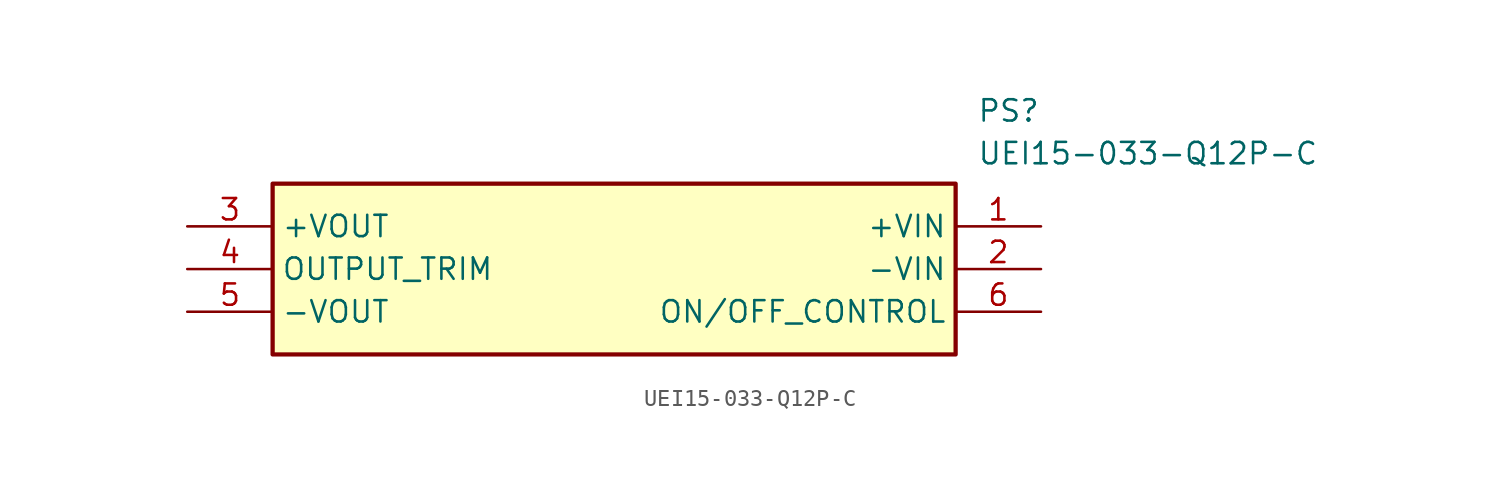
<source format=kicad_sym>
(kicad_symbol_lib
  (version 20220914)
  (generator kicad_symbol_editor)
  (symbol "UEI15-033-Q12P-C"
    (property "Reference" "PS"
      (at 46.99 7.62 0)
      (effects (font (size 1.27 1.27)) (justify left top)))
    (property "Value" "UEI15-033-Q12P-C"
      (at 46.99 5.08 0)
      (effects (font (size 1.27 1.27)) (justify left top)))
    (symbol "UEI15-033-Q12P-C_1_1"
      (rectangle (start 5.08 2.54) (end 45.72 -7.62) (stroke (width 0.254) (type default)) (fill (type background)))
      (pin passive line (at 50.8 0 180) (length 5.08) (name "+VIN" (effects (font (size 1.27 1.27)))) (number "1" (effects (font (size 1.27 1.27)))))
      (pin passive line (at 50.8 -2.54 180) (length 5.08) (name "-VIN" (effects (font (size 1.27 1.27)))) (number "2" (effects (font (size 1.27 1.27)))))
      (pin passive line (at 0 0 0) (length 5.08) (name "+VOUT" (effects (font (size 1.27 1.27)))) (number "3" (effects (font (size 1.27 1.27)))))
      (pin passive line (at 0 -2.54 0) (length 5.08) (name "OUTPUT_TRIM" (effects (font (size 1.27 1.27)))) (number "4" (effects (font (size 1.27 1.27)))))
      (pin passive line (at 0 -5.08 0) (length 5.08) (name "-VOUT" (effects (font (size 1.27 1.27)))) (number "5" (effects (font (size 1.27 1.27)))))
      (pin passive line (at 50.8 -5.08 180) (length 5.08) (name "ON/OFF_CONTROL" (effects (font (size 1.27 1.27)))) (number "6" (effects (font (size 1.27 1.27))))))))
</source>
